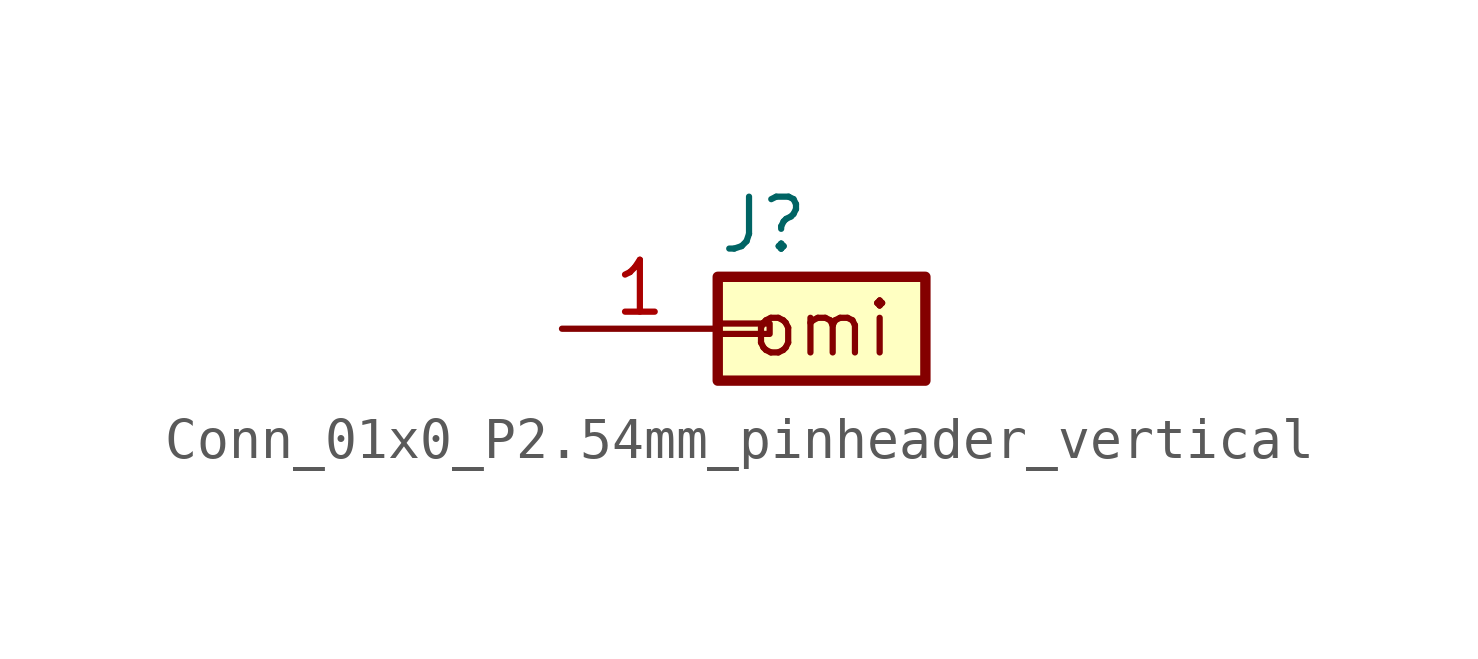
<source format=kicad_sym>
(kicad_symbol_lib
  (version 20220914)
  (generator kicad_symbol_editor)
  (symbol "Conn_01x0_P2.54mm_pinheader_vertical"
    (pin_names
      (offset 1.016) hide)
    (property "Reference" "J"
      (at -1.27 2.54 0)
      (effects (font (size 1.27 1.27)) (justify left)))
    (symbol "Conn_01x0_P2.54mm_pinheader_vertical_1_1"
      (rectangle (start -1.27 0.127) (end 0 -0.127) (stroke (width 0.152) (type default)) (fill (type none)))
      (rectangle (start -1.27 1.27) (end 3.81 -1.27) (stroke (width 0.254) (type default)) (fill (type background)))
      (text "omi" (at 1.27 0 0) (effects (font (size 1.27 1.27))))
      (pin passive line (at -5.08 0 0) (length 3.81) (name "Pin_1" (effects (font (size 1.27 1.27)))) (number "1" (effects (font (size 1.27 1.27))))))))
</source>
